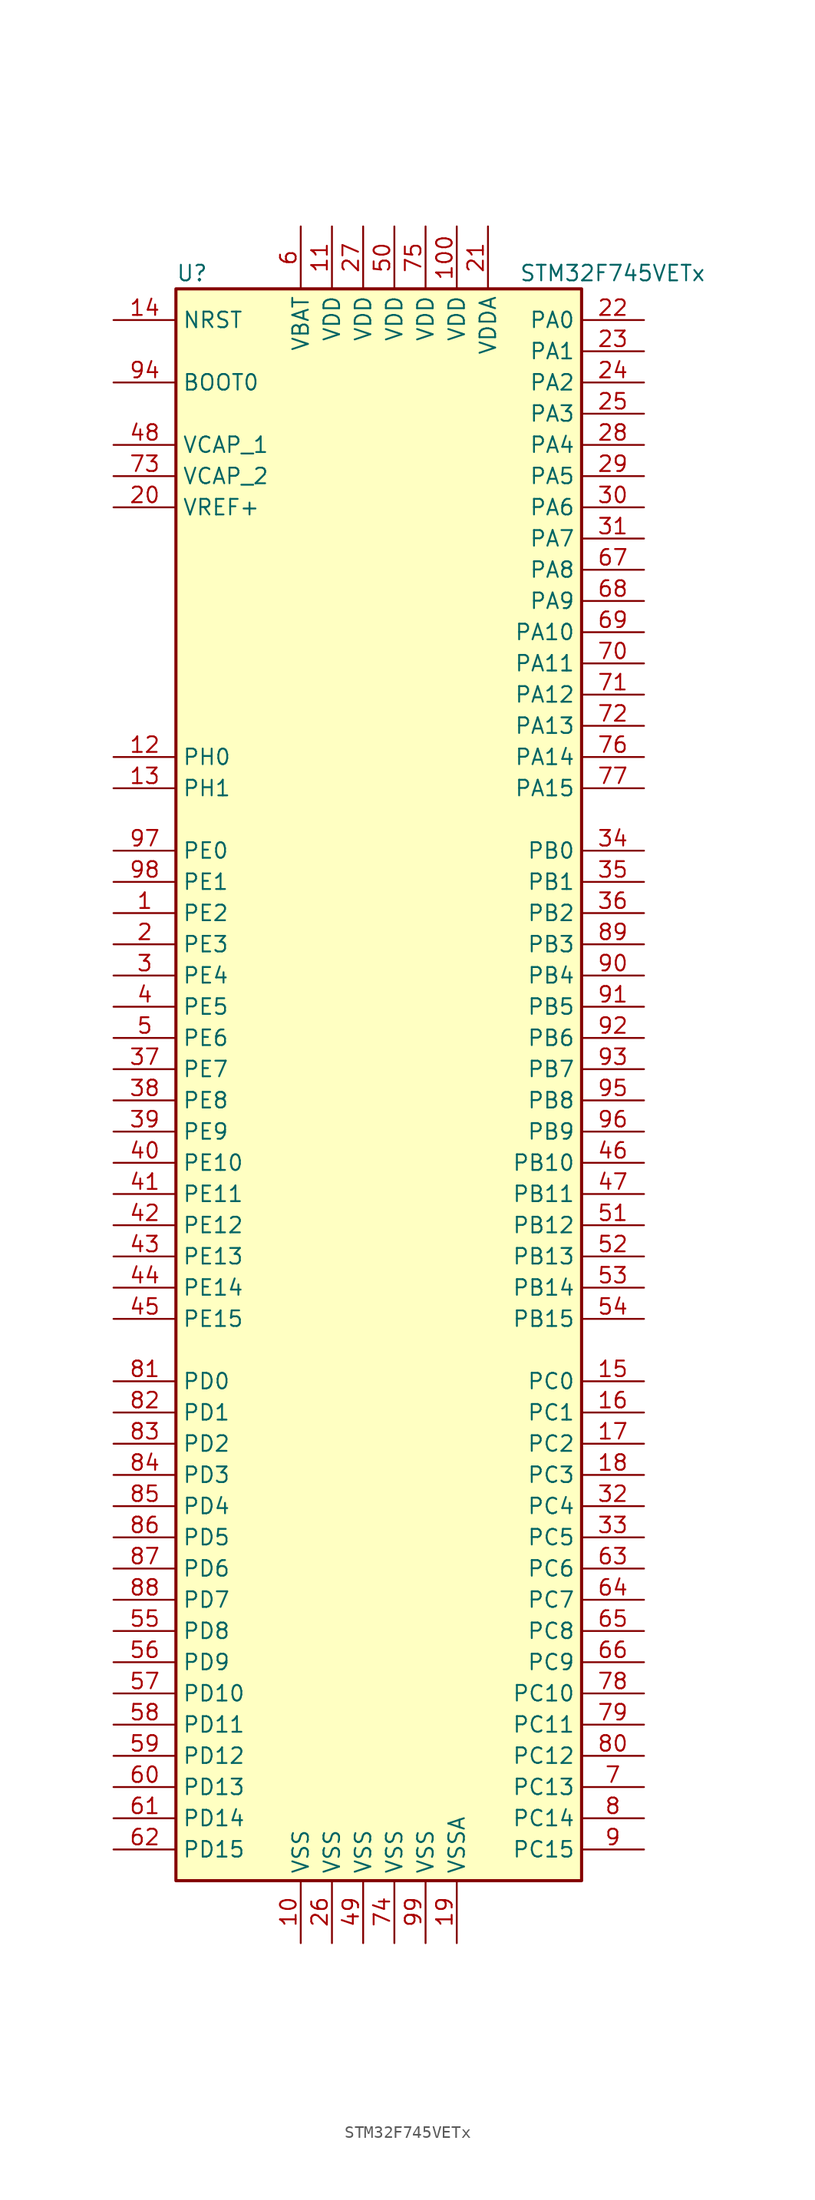
<source format=kicad_sym>
(kicad_symbol_lib
  (version 20211014)
  (generator kicad_symbol_editor)
  (symbol "STM32F745VETx"
    (property "Reference" "U"
      (at -17.78 64.77 0)
      (effects (font (size 1.27 1.27)) (justify left)))
    (property "Value" "STM32F745VETx"
      (at 10.16 64.77 0)
      (effects (font (size 1.27 1.27)) (justify left)))
    (symbol "STM32F745VETx_0_1"
      (rectangle (start -17.78 -66.04) (end 15.24 63.5) (stroke (width 0.254) (type default) (color 0 0 0 0)) (fill (type background))))
    (symbol "STM32F745VETx_1_1"
      (pin bidirectional line (at -22.86 12.7 0) (length 5.08) (name "PE2" (effects (font (size 1.27 1.27)))) (number "1" (effects (font (size 1.27 1.27)))))
      (pin power_in line (at -7.62 -71.12 90) (length 5.08) (name "VSS" (effects (font (size 1.27 1.27)))) (number "10" (effects (font (size 1.27 1.27)))))
      (pin power_in line (at 5.08 68.58 270) (length 5.08) (name "VDD" (effects (font (size 1.27 1.27)))) (number "100" (effects (font (size 1.27 1.27)))))
      (pin power_in line (at -5.08 68.58 270) (length 5.08) (name "VDD" (effects (font (size 1.27 1.27)))) (number "11" (effects (font (size 1.27 1.27)))))
      (pin input line (at -22.86 25.4 0) (length 5.08) (name "PH0" (effects (font (size 1.27 1.27)))) (number "12" (effects (font (size 1.27 1.27)))))
      (pin input line (at -22.86 22.86 0) (length 5.08) (name "PH1" (effects (font (size 1.27 1.27)))) (number "13" (effects (font (size 1.27 1.27)))))
      (pin input line (at -22.86 60.96 0) (length 5.08) (name "NRST" (effects (font (size 1.27 1.27)))) (number "14" (effects (font (size 1.27 1.27)))))
      (pin bidirectional line (at 20.32 -25.4 180) (length 5.08) (name "PC0" (effects (font (size 1.27 1.27)))) (number "15" (effects (font (size 1.27 1.27)))))
      (pin bidirectional line (at 20.32 -27.94 180) (length 5.08) (name "PC1" (effects (font (size 1.27 1.27)))) (number "16" (effects (font (size 1.27 1.27)))))
      (pin bidirectional line (at 20.32 -30.48 180) (length 5.08) (name "PC2" (effects (font (size 1.27 1.27)))) (number "17" (effects (font (size 1.27 1.27)))))
      (pin bidirectional line (at 20.32 -33.02 180) (length 5.08) (name "PC3" (effects (font (size 1.27 1.27)))) (number "18" (effects (font (size 1.27 1.27)))))
      (pin power_in line (at 5.08 -71.12 90) (length 5.08) (name "VSSA" (effects (font (size 1.27 1.27)))) (number "19" (effects (font (size 1.27 1.27)))))
      (pin bidirectional line (at -22.86 10.16 0) (length 5.08) (name "PE3" (effects (font (size 1.27 1.27)))) (number "2" (effects (font (size 1.27 1.27)))))
      (pin power_in line (at -22.86 45.72 0) (length 5.08) (name "VREF+" (effects (font (size 1.27 1.27)))) (number "20" (effects (font (size 1.27 1.27)))))
      (pin power_in line (at 7.62 68.58 270) (length 5.08) (name "VDDA" (effects (font (size 1.27 1.27)))) (number "21" (effects (font (size 1.27 1.27)))))
      (pin bidirectional line (at 20.32 60.96 180) (length 5.08) (name "PA0" (effects (font (size 1.27 1.27)))) (number "22" (effects (font (size 1.27 1.27)))))
      (pin bidirectional line (at 20.32 58.42 180) (length 5.08) (name "PA1" (effects (font (size 1.27 1.27)))) (number "23" (effects (font (size 1.27 1.27)))))
      (pin bidirectional line (at 20.32 55.88 180) (length 5.08) (name "PA2" (effects (font (size 1.27 1.27)))) (number "24" (effects (font (size 1.27 1.27)))))
      (pin bidirectional line (at 20.32 53.34 180) (length 5.08) (name "PA3" (effects (font (size 1.27 1.27)))) (number "25" (effects (font (size 1.27 1.27)))))
      (pin power_in line (at -5.08 -71.12 90) (length 5.08) (name "VSS" (effects (font (size 1.27 1.27)))) (number "26" (effects (font (size 1.27 1.27)))))
      (pin power_in line (at -2.54 68.58 270) (length 5.08) (name "VDD" (effects (font (size 1.27 1.27)))) (number "27" (effects (font (size 1.27 1.27)))))
      (pin bidirectional line (at 20.32 50.8 180) (length 5.08) (name "PA4" (effects (font (size 1.27 1.27)))) (number "28" (effects (font (size 1.27 1.27)))))
      (pin bidirectional line (at 20.32 48.26 180) (length 5.08) (name "PA5" (effects (font (size 1.27 1.27)))) (number "29" (effects (font (size 1.27 1.27)))))
      (pin bidirectional line (at -22.86 7.62 0) (length 5.08) (name "PE4" (effects (font (size 1.27 1.27)))) (number "3" (effects (font (size 1.27 1.27)))))
      (pin bidirectional line (at 20.32 45.72 180) (length 5.08) (name "PA6" (effects (font (size 1.27 1.27)))) (number "30" (effects (font (size 1.27 1.27)))))
      (pin bidirectional line (at 20.32 43.18 180) (length 5.08) (name "PA7" (effects (font (size 1.27 1.27)))) (number "31" (effects (font (size 1.27 1.27)))))
      (pin bidirectional line (at 20.32 -35.56 180) (length 5.08) (name "PC4" (effects (font (size 1.27 1.27)))) (number "32" (effects (font (size 1.27 1.27)))))
      (pin bidirectional line (at 20.32 -38.1 180) (length 5.08) (name "PC5" (effects (font (size 1.27 1.27)))) (number "33" (effects (font (size 1.27 1.27)))))
      (pin bidirectional line (at 20.32 17.78 180) (length 5.08) (name "PB0" (effects (font (size 1.27 1.27)))) (number "34" (effects (font (size 1.27 1.27)))))
      (pin bidirectional line (at 20.32 15.24 180) (length 5.08) (name "PB1" (effects (font (size 1.27 1.27)))) (number "35" (effects (font (size 1.27 1.27)))))
      (pin bidirectional line (at 20.32 12.7 180) (length 5.08) (name "PB2" (effects (font (size 1.27 1.27)))) (number "36" (effects (font (size 1.27 1.27)))))
      (pin bidirectional line (at -22.86 0 0) (length 5.08) (name "PE7" (effects (font (size 1.27 1.27)))) (number "37" (effects (font (size 1.27 1.27)))))
      (pin bidirectional line (at -22.86 -2.54 0) (length 5.08) (name "PE8" (effects (font (size 1.27 1.27)))) (number "38" (effects (font (size 1.27 1.27)))))
      (pin bidirectional line (at -22.86 -5.08 0) (length 5.08) (name "PE9" (effects (font (size 1.27 1.27)))) (number "39" (effects (font (size 1.27 1.27)))))
      (pin bidirectional line (at -22.86 5.08 0) (length 5.08) (name "PE5" (effects (font (size 1.27 1.27)))) (number "4" (effects (font (size 1.27 1.27)))))
      (pin bidirectional line (at -22.86 -7.62 0) (length 5.08) (name "PE10" (effects (font (size 1.27 1.27)))) (number "40" (effects (font (size 1.27 1.27)))))
      (pin bidirectional line (at -22.86 -10.16 0) (length 5.08) (name "PE11" (effects (font (size 1.27 1.27)))) (number "41" (effects (font (size 1.27 1.27)))))
      (pin bidirectional line (at -22.86 -12.7 0) (length 5.08) (name "PE12" (effects (font (size 1.27 1.27)))) (number "42" (effects (font (size 1.27 1.27)))))
      (pin bidirectional line (at -22.86 -15.24 0) (length 5.08) (name "PE13" (effects (font (size 1.27 1.27)))) (number "43" (effects (font (size 1.27 1.27)))))
      (pin bidirectional line (at -22.86 -17.78 0) (length 5.08) (name "PE14" (effects (font (size 1.27 1.27)))) (number "44" (effects (font (size 1.27 1.27)))))
      (pin bidirectional line (at -22.86 -20.32 0) (length 5.08) (name "PE15" (effects (font (size 1.27 1.27)))) (number "45" (effects (font (size 1.27 1.27)))))
      (pin bidirectional line (at 20.32 -7.62 180) (length 5.08) (name "PB10" (effects (font (size 1.27 1.27)))) (number "46" (effects (font (size 1.27 1.27)))))
      (pin bidirectional line (at 20.32 -10.16 180) (length 5.08) (name "PB11" (effects (font (size 1.27 1.27)))) (number "47" (effects (font (size 1.27 1.27)))))
      (pin power_in line (at -22.86 50.8 0) (length 5.08) (name "VCAP_1" (effects (font (size 1.27 1.27)))) (number "48" (effects (font (size 1.27 1.27)))))
      (pin power_in line (at -2.54 -71.12 90) (length 5.08) (name "VSS" (effects (font (size 1.27 1.27)))) (number "49" (effects (font (size 1.27 1.27)))))
      (pin bidirectional line (at -22.86 2.54 0) (length 5.08) (name "PE6" (effects (font (size 1.27 1.27)))) (number "5" (effects (font (size 1.27 1.27)))))
      (pin power_in line (at 0 68.58 270) (length 5.08) (name "VDD" (effects (font (size 1.27 1.27)))) (number "50" (effects (font (size 1.27 1.27)))))
      (pin bidirectional line (at 20.32 -12.7 180) (length 5.08) (name "PB12" (effects (font (size 1.27 1.27)))) (number "51" (effects (font (size 1.27 1.27)))))
      (pin bidirectional line (at 20.32 -15.24 180) (length 5.08) (name "PB13" (effects (font (size 1.27 1.27)))) (number "52" (effects (font (size 1.27 1.27)))))
      (pin bidirectional line (at 20.32 -17.78 180) (length 5.08) (name "PB14" (effects (font (size 1.27 1.27)))) (number "53" (effects (font (size 1.27 1.27)))))
      (pin bidirectional line (at 20.32 -20.32 180) (length 5.08) (name "PB15" (effects (font (size 1.27 1.27)))) (number "54" (effects (font (size 1.27 1.27)))))
      (pin bidirectional line (at -22.86 -45.72 0) (length 5.08) (name "PD8" (effects (font (size 1.27 1.27)))) (number "55" (effects (font (size 1.27 1.27)))))
      (pin bidirectional line (at -22.86 -48.26 0) (length 5.08) (name "PD9" (effects (font (size 1.27 1.27)))) (number "56" (effects (font (size 1.27 1.27)))))
      (pin bidirectional line (at -22.86 -50.8 0) (length 5.08) (name "PD10" (effects (font (size 1.27 1.27)))) (number "57" (effects (font (size 1.27 1.27)))))
      (pin bidirectional line (at -22.86 -53.34 0) (length 5.08) (name "PD11" (effects (font (size 1.27 1.27)))) (number "58" (effects (font (size 1.27 1.27)))))
      (pin bidirectional line (at -22.86 -55.88 0) (length 5.08) (name "PD12" (effects (font (size 1.27 1.27)))) (number "59" (effects (font (size 1.27 1.27)))))
      (pin power_in line (at -7.62 68.58 270) (length 5.08) (name "VBAT" (effects (font (size 1.27 1.27)))) (number "6" (effects (font (size 1.27 1.27)))))
      (pin bidirectional line (at -22.86 -58.42 0) (length 5.08) (name "PD13" (effects (font (size 1.27 1.27)))) (number "60" (effects (font (size 1.27 1.27)))))
      (pin bidirectional line (at -22.86 -60.96 0) (length 5.08) (name "PD14" (effects (font (size 1.27 1.27)))) (number "61" (effects (font (size 1.27 1.27)))))
      (pin bidirectional line (at -22.86 -63.5 0) (length 5.08) (name "PD15" (effects (font (size 1.27 1.27)))) (number "62" (effects (font (size 1.27 1.27)))))
      (pin bidirectional line (at 20.32 -40.64 180) (length 5.08) (name "PC6" (effects (font (size 1.27 1.27)))) (number "63" (effects (font (size 1.27 1.27)))))
      (pin bidirectional line (at 20.32 -43.18 180) (length 5.08) (name "PC7" (effects (font (size 1.27 1.27)))) (number "64" (effects (font (size 1.27 1.27)))))
      (pin bidirectional line (at 20.32 -45.72 180) (length 5.08) (name "PC8" (effects (font (size 1.27 1.27)))) (number "65" (effects (font (size 1.27 1.27)))))
      (pin bidirectional line (at 20.32 -48.26 180) (length 5.08) (name "PC9" (effects (font (size 1.27 1.27)))) (number "66" (effects (font (size 1.27 1.27)))))
      (pin bidirectional line (at 20.32 40.64 180) (length 5.08) (name "PA8" (effects (font (size 1.27 1.27)))) (number "67" (effects (font (size 1.27 1.27)))))
      (pin bidirectional line (at 20.32 38.1 180) (length 5.08) (name "PA9" (effects (font (size 1.27 1.27)))) (number "68" (effects (font (size 1.27 1.27)))))
      (pin bidirectional line (at 20.32 35.56 180) (length 5.08) (name "PA10" (effects (font (size 1.27 1.27)))) (number "69" (effects (font (size 1.27 1.27)))))
      (pin bidirectional line (at 20.32 -58.42 180) (length 5.08) (name "PC13" (effects (font (size 1.27 1.27)))) (number "7" (effects (font (size 1.27 1.27)))))
      (pin bidirectional line (at 20.32 33.02 180) (length 5.08) (name "PA11" (effects (font (size 1.27 1.27)))) (number "70" (effects (font (size 1.27 1.27)))))
      (pin bidirectional line (at 20.32 30.48 180) (length 5.08) (name "PA12" (effects (font (size 1.27 1.27)))) (number "71" (effects (font (size 1.27 1.27)))))
      (pin bidirectional line (at 20.32 27.94 180) (length 5.08) (name "PA13" (effects (font (size 1.27 1.27)))) (number "72" (effects (font (size 1.27 1.27)))))
      (pin power_in line (at -22.86 48.26 0) (length 5.08) (name "VCAP_2" (effects (font (size 1.27 1.27)))) (number "73" (effects (font (size 1.27 1.27)))))
      (pin power_in line (at 0 -71.12 90) (length 5.08) (name "VSS" (effects (font (size 1.27 1.27)))) (number "74" (effects (font (size 1.27 1.27)))))
      (pin power_in line (at 2.54 68.58 270) (length 5.08) (name "VDD" (effects (font (size 1.27 1.27)))) (number "75" (effects (font (size 1.27 1.27)))))
      (pin bidirectional line (at 20.32 25.4 180) (length 5.08) (name "PA14" (effects (font (size 1.27 1.27)))) (number "76" (effects (font (size 1.27 1.27)))))
      (pin bidirectional line (at 20.32 22.86 180) (length 5.08) (name "PA15" (effects (font (size 1.27 1.27)))) (number "77" (effects (font (size 1.27 1.27)))))
      (pin bidirectional line (at 20.32 -50.8 180) (length 5.08) (name "PC10" (effects (font (size 1.27 1.27)))) (number "78" (effects (font (size 1.27 1.27)))))
      (pin bidirectional line (at 20.32 -53.34 180) (length 5.08) (name "PC11" (effects (font (size 1.27 1.27)))) (number "79" (effects (font (size 1.27 1.27)))))
      (pin bidirectional line (at 20.32 -60.96 180) (length 5.08) (name "PC14" (effects (font (size 1.27 1.27)))) (number "8" (effects (font (size 1.27 1.27)))))
      (pin bidirectional line (at 20.32 -55.88 180) (length 5.08) (name "PC12" (effects (font (size 1.27 1.27)))) (number "80" (effects (font (size 1.27 1.27)))))
      (pin bidirectional line (at -22.86 -25.4 0) (length 5.08) (name "PD0" (effects (font (size 1.27 1.27)))) (number "81" (effects (font (size 1.27 1.27)))))
      (pin bidirectional line (at -22.86 -27.94 0) (length 5.08) (name "PD1" (effects (font (size 1.27 1.27)))) (number "82" (effects (font (size 1.27 1.27)))))
      (pin bidirectional line (at -22.86 -30.48 0) (length 5.08) (name "PD2" (effects (font (size 1.27 1.27)))) (number "83" (effects (font (size 1.27 1.27)))))
      (pin bidirectional line (at -22.86 -33.02 0) (length 5.08) (name "PD3" (effects (font (size 1.27 1.27)))) (number "84" (effects (font (size 1.27 1.27)))))
      (pin bidirectional line (at -22.86 -35.56 0) (length 5.08) (name "PD4" (effects (font (size 1.27 1.27)))) (number "85" (effects (font (size 1.27 1.27)))))
      (pin bidirectional line (at -22.86 -38.1 0) (length 5.08) (name "PD5" (effects (font (size 1.27 1.27)))) (number "86" (effects (font (size 1.27 1.27)))))
      (pin bidirectional line (at -22.86 -40.64 0) (length 5.08) (name "PD6" (effects (font (size 1.27 1.27)))) (number "87" (effects (font (size 1.27 1.27)))))
      (pin bidirectional line (at -22.86 -43.18 0) (length 5.08) (name "PD7" (effects (font (size 1.27 1.27)))) (number "88" (effects (font (size 1.27 1.27)))))
      (pin bidirectional line (at 20.32 10.16 180) (length 5.08) (name "PB3" (effects (font (size 1.27 1.27)))) (number "89" (effects (font (size 1.27 1.27)))))
      (pin bidirectional line (at 20.32 -63.5 180) (length 5.08) (name "PC15" (effects (font (size 1.27 1.27)))) (number "9" (effects (font (size 1.27 1.27)))))
      (pin bidirectional line (at 20.32 7.62 180) (length 5.08) (name "PB4" (effects (font (size 1.27 1.27)))) (number "90" (effects (font (size 1.27 1.27)))))
      (pin bidirectional line (at 20.32 5.08 180) (length 5.08) (name "PB5" (effects (font (size 1.27 1.27)))) (number "91" (effects (font (size 1.27 1.27)))))
      (pin bidirectional line (at 20.32 2.54 180) (length 5.08) (name "PB6" (effects (font (size 1.27 1.27)))) (number "92" (effects (font (size 1.27 1.27)))))
      (pin bidirectional line (at 20.32 0 180) (length 5.08) (name "PB7" (effects (font (size 1.27 1.27)))) (number "93" (effects (font (size 1.27 1.27)))))
      (pin input line (at -22.86 55.88 0) (length 5.08) (name "BOOT0" (effects (font (size 1.27 1.27)))) (number "94" (effects (font (size 1.27 1.27)))))
      (pin bidirectional line (at 20.32 -2.54 180) (length 5.08) (name "PB8" (effects (font (size 1.27 1.27)))) (number "95" (effects (font (size 1.27 1.27)))))
      (pin bidirectional line (at 20.32 -5.08 180) (length 5.08) (name "PB9" (effects (font (size 1.27 1.27)))) (number "96" (effects (font (size 1.27 1.27)))))
      (pin bidirectional line (at -22.86 17.78 0) (length 5.08) (name "PE0" (effects (font (size 1.27 1.27)))) (number "97" (effects (font (size 1.27 1.27)))))
      (pin bidirectional line (at -22.86 15.24 0) (length 5.08) (name "PE1" (effects (font (size 1.27 1.27)))) (number "98" (effects (font (size 1.27 1.27)))))
      (pin power_in line (at 2.54 -71.12 90) (length 5.08) (name "VSS" (effects (font (size 1.27 1.27)))) (number "99" (effects (font (size 1.27 1.27))))))))
</source>
